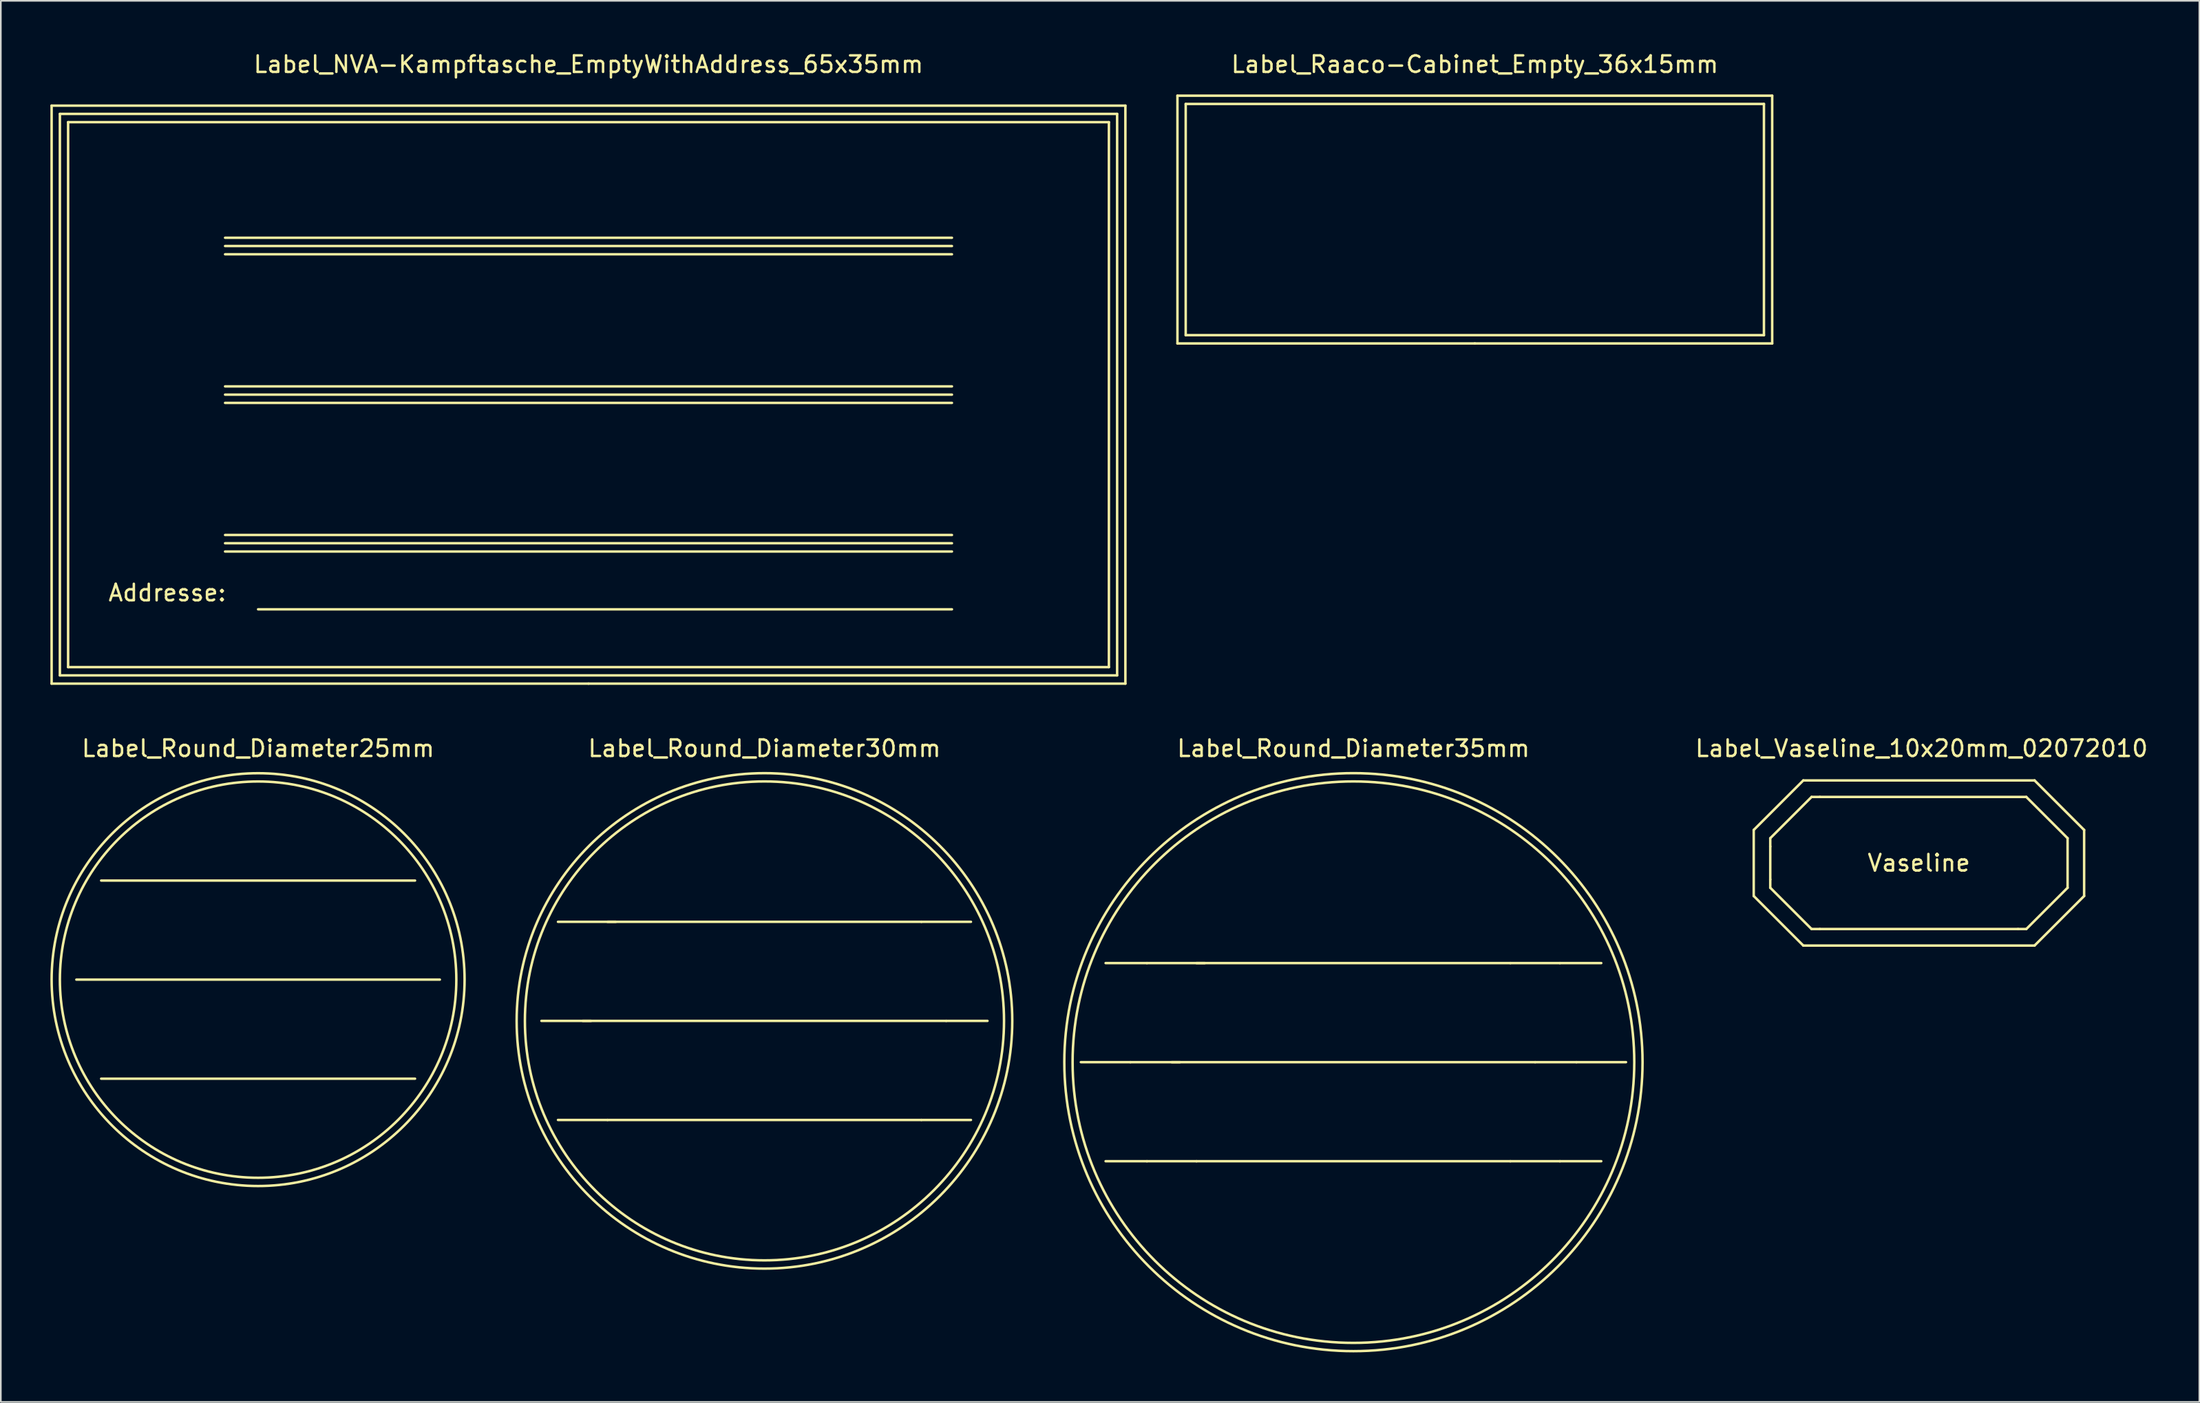
<source format=kicad_pcb>
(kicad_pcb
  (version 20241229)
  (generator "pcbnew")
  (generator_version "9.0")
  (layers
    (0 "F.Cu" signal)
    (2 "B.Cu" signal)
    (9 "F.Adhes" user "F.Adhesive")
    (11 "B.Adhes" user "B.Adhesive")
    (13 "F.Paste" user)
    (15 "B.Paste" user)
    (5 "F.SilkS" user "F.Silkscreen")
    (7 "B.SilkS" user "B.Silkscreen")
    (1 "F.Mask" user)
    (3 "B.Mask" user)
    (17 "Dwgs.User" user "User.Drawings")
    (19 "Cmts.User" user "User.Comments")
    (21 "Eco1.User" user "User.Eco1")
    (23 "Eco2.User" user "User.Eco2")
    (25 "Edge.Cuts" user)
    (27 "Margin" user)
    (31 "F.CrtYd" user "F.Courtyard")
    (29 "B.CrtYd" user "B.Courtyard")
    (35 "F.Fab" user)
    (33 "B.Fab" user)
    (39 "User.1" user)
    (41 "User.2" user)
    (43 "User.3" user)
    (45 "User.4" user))
  (footprint "Label_Round_Diameter25mm"
    (layer "F.Cu")
    (at 12.574 56.273)
    (property "Reference" "Label_Round_Diameter25mm" (at 0 -14 0) (layer "F.SilkS") (effects (font (size 1 1) (thickness 0.15))))
    (attr through_hole)
    (fp_line (start -11.001 0) (end 11.001 0) (stroke (width 0.15) (type solid)) (layer "F.SilkS"))
    (fp_line (start -9.5 5.999) (end 9.5 5.999) (stroke (width 0.15) (type solid)) (layer "F.SilkS"))
    (fp_line (start 9.5 -5.999) (end -9.5 -5.999) (stroke (width 0.15) (type solid)) (layer "F.SilkS"))
    (fp_circle (center 0 0) (end -11.999 0) (stroke (width 0.15) (type solid)) (fill no) (layer "F.SilkS"))
    (fp_circle (center 0 0) (end 12.499 0) (stroke (width 0.15) (type solid)) (fill no) (layer "F.SilkS")))
  (footprint "Label_NVA-Kampftasche_EmptyWithAddress_65x35mm"
    (layer "F.Cu")
    (at 32.574 20.848)
    (property "Reference" "Label_NVA-Kampftasche_EmptyWithAddress_65x35mm" (at 0 -20 0) (layer "F.SilkS") (effects (font (size 1 1) (thickness 0.15))))
    (attr through_hole)
    (fp_line (start -32.499 -17.501) (end -32.499 17.501) (stroke (width 0.15) (type solid)) (layer "F.SilkS"))
    (fp_line (start -32.499 17.501) (end 0 17.501) (stroke (width 0.15) (type solid)) (layer "F.SilkS"))
    (fp_line (start -31.999 -17) (end 31.999 -17) (stroke (width 0.15) (type solid)) (layer "F.SilkS"))
    (fp_line (start -31.999 17) (end -31.999 -17) (stroke (width 0.15) (type solid)) (layer "F.SilkS"))
    (fp_line (start -31.501 -16.5) (end 31.501 -16.5) (stroke (width 0.15) (type solid)) (layer "F.SilkS"))
    (fp_line (start -31.501 16.5) (end -31.501 -16.5) (stroke (width 0.15) (type solid)) (layer "F.SilkS"))
    (fp_line (start -21.999 -8.999) (end 21.999 -8.999) (stroke (width 0.15) (type solid)) (layer "F.SilkS"))
    (fp_line (start -21.999 -8.499) (end 21.999 -8.499) (stroke (width 0.15) (type solid)) (layer "F.SilkS"))
    (fp_line (start -21.999 -0.5) (end 21.999 -0.5) (stroke (width 0.15) (type solid)) (layer "F.SilkS"))
    (fp_line (start -21.999 0) (end 21.999 0) (stroke (width 0.15) (type solid)) (layer "F.SilkS"))
    (fp_line (start -21.999 0.5) (end 21.999 0.5) (stroke (width 0.15) (type solid)) (layer "F.SilkS"))
    (fp_line (start -21.999 8.499) (end 21.999 8.499) (stroke (width 0.15) (type solid)) (layer "F.SilkS"))
    (fp_line (start -20 13) (end 21.999 13) (stroke (width 0.15) (type solid)) (layer "F.SilkS"))
    (fp_line (start 0 17.501) (end 32.499 17.501) (stroke (width 0.15) (type solid)) (layer "F.SilkS"))
    (fp_line (start 21.999 -9.5) (end -21.999 -9.5) (stroke (width 0.15) (type solid)) (layer "F.SilkS"))
    (fp_line (start 21.999 8.999) (end -21.999 8.999) (stroke (width 0.15) (type solid)) (layer "F.SilkS"))
    (fp_line (start 21.999 9.5) (end -21.999 9.5) (stroke (width 0.15) (type solid)) (layer "F.SilkS"))
    (fp_line (start 31.501 -16.5) (end 31.501 16.5) (stroke (width 0.15) (type solid)) (layer "F.SilkS"))
    (fp_line (start 31.501 16.5) (end -31.501 16.5) (stroke (width 0.15) (type solid)) (layer "F.SilkS"))
    (fp_line (start 31.999 -17) (end 31.999 17) (stroke (width 0.15) (type solid)) (layer "F.SilkS"))
    (fp_line (start 31.999 17) (end -31.999 17) (stroke (width 0.15) (type solid)) (layer "F.SilkS"))
    (fp_line (start 32.499 -17.501) (end -32.499 -17.501) (stroke (width 0.15) (type solid)) (layer "F.SilkS"))
    (fp_line (start 32.499 17.501) (end 32.499 -17.501) (stroke (width 0.15) (type solid)) (layer "F.SilkS"))
    (fp_text user "Addresse:" (at -25.499 11.999 0) (layer "F.SilkS") (effects (font (size 1 1) (thickness 0.15)))))
  (footprint "Label_Round_Diameter30mm"
    (layer "F.Cu")
    (at 43.225 58.772)
    (property "Reference" "Label_Round_Diameter30mm" (at 0 -16.5 0) (layer "F.SilkS") (effects (font (size 1 1) (thickness 0.15))))
    (attr through_hole)
    (fp_line (start -11.001 0) (end 11.001 0) (stroke (width 0.15) (type solid)) (layer "F.SilkS"))
    (fp_line (start -10.5 0) (end -13.5 0) (stroke (width 0.15) (type solid)) (layer "F.SilkS"))
    (fp_line (start -9.5 5.999) (end -12.499 5.999) (stroke (width 0.15) (type solid)) (layer "F.SilkS"))
    (fp_line (start -9.5 5.999) (end 9.5 5.999) (stroke (width 0.15) (type solid)) (layer "F.SilkS"))
    (fp_line (start -8.999 -5.999) (end -12.499 -5.999) (stroke (width 0.15) (type solid)) (layer "F.SilkS"))
    (fp_line (start 9.5 -5.999) (end -9.5 -5.999) (stroke (width 0.15) (type solid)) (layer "F.SilkS"))
    (fp_line (start 9.5 -5.999) (end 12.499 -5.999) (stroke (width 0.15) (type solid)) (layer "F.SilkS"))
    (fp_line (start 9.5 5.999) (end 12.499 5.999) (stroke (width 0.15) (type solid)) (layer "F.SilkS"))
    (fp_line (start 11.001 0) (end 13.5 0) (stroke (width 0.15) (type solid)) (layer "F.SilkS"))
    (fp_circle (center 0 0) (end 14.501 0) (stroke (width 0.15) (type solid)) (fill no) (layer "F.SilkS"))
    (fp_circle (center 0 0) (end 15.001 0) (stroke (width 0.15) (type solid)) (fill no) (layer "F.SilkS")))
  (footprint "Label_Vaseline_10x20mm_02072010"
    (layer "F.Cu")
    (at 113.268 49.13)
    (property "Reference" "Label_Vaseline_10x20mm_02072010" (at 0 -6.858 0) (layer "F.SilkS") (effects (font (size 1 1) (thickness 0.15))))
    (attr through_hole)
    (fp_line (start -10.16 -1.92) (end -10.16 2.08) (stroke (width 0.15) (type solid)) (layer "F.SilkS"))
    (fp_line (start -10.16 -1.92) (end -7.16 -4.92) (stroke (width 0.15) (type solid)) (layer "F.SilkS"))
    (fp_line (start -10.16 2.08) (end -7.16 5.08) (stroke (width 0.15) (type solid)) (layer "F.SilkS"))
    (fp_line (start -9.159 -1.42) (end -6.66 -3.919) (stroke (width 0.15) (type solid)) (layer "F.SilkS"))
    (fp_line (start -9.159 -0.919) (end -9.159 -1.42) (stroke (width 0.15) (type solid)) (layer "F.SilkS"))
    (fp_line (start -9.159 -0.919) (end -9.159 1.079) (stroke (width 0.15) (type solid)) (layer "F.SilkS"))
    (fp_line (start -9.159 1.079) (end -9.159 1.58) (stroke (width 0.15) (type solid)) (layer "F.SilkS"))
    (fp_line (start -9.159 1.58) (end -6.66 4.079) (stroke (width 0.15) (type solid)) (layer "F.SilkS"))
    (fp_line (start -7.16 -4.92) (end 6.84 -4.92) (stroke (width 0.15) (type solid)) (layer "F.SilkS"))
    (fp_line (start -6.66 -3.919) (end -6.16 -3.919) (stroke (width 0.15) (type solid)) (layer "F.SilkS"))
    (fp_line (start -6.66 4.079) (end -6.16 4.079) (stroke (width 0.15) (type solid)) (layer "F.SilkS"))
    (fp_line (start -6.16 4.079) (end 5.839 4.079) (stroke (width 0.15) (type solid)) (layer "F.SilkS"))
    (fp_line (start 6.34 -3.919) (end -6.16 -3.919) (stroke (width 0.15) (type solid)) (layer "F.SilkS"))
    (fp_line (start 6.34 4.079) (end 5.839 4.079) (stroke (width 0.15) (type solid)) (layer "F.SilkS"))
    (fp_line (start 6.84 5.08) (end -7.16 5.08) (stroke (width 0.15) (type solid)) (layer "F.SilkS"))
    (fp_line (start 6.84 5.08) (end 9.84 2.08) (stroke (width 0.15) (type solid)) (layer "F.SilkS"))
    (fp_line (start 8.839 -1.42) (end 6.34 -3.919) (stroke (width 0.15) (type solid)) (layer "F.SilkS"))
    (fp_line (start 8.839 -1.42) (end 8.839 1.58) (stroke (width 0.15) (type solid)) (layer "F.SilkS"))
    (fp_line (start 8.839 1.58) (end 6.34 4.079) (stroke (width 0.15) (type solid)) (layer "F.SilkS"))
    (fp_line (start 9.84 -1.92) (end 6.84 -4.92) (stroke (width 0.15) (type solid)) (layer "F.SilkS"))
    (fp_line (start 9.84 -1.92) (end 9.84 2.08) (stroke (width 0.15) (type solid)) (layer "F.SilkS"))
    (fp_text user "Vaseline" (at -0.16 0.079 0) (layer "F.SilkS") (effects (font (size 1 1) (thickness 0.15)))))
  (footprint "Label_Round_Diameter35mm"
    (layer "F.Cu")
    (at 78.877 61.271)
    (property "Reference" "Label_Round_Diameter35mm" (at 0 -18.999 0) (layer "F.SilkS") (effects (font (size 1 1) (thickness 0.15))))
    (attr through_hole)
    (fp_line (start -13.5 0) (end -16.5 0) (stroke (width 0.15) (type solid)) (layer "F.SilkS"))
    (fp_line (start -12.499 -5.999) (end -15.001 -5.999) (stroke (width 0.15) (type solid)) (layer "F.SilkS"))
    (fp_line (start -12.499 5.999) (end -15.001 5.999) (stroke (width 0.15) (type solid)) (layer "F.SilkS"))
    (fp_line (start -11.001 0) (end 11.001 0) (stroke (width 0.15) (type solid)) (layer "F.SilkS"))
    (fp_line (start -10.5 0) (end -13.5 0) (stroke (width 0.15) (type solid)) (layer "F.SilkS"))
    (fp_line (start -9.5 5.999) (end -12.499 5.999) (stroke (width 0.15) (type solid)) (layer "F.SilkS"))
    (fp_line (start -9.5 5.999) (end 9.5 5.999) (stroke (width 0.15) (type solid)) (layer "F.SilkS"))
    (fp_line (start -8.999 -5.999) (end -12.499 -5.999) (stroke (width 0.15) (type solid)) (layer "F.SilkS"))
    (fp_line (start 9.5 -5.999) (end -9.5 -5.999) (stroke (width 0.15) (type solid)) (layer "F.SilkS"))
    (fp_line (start 9.5 -5.999) (end 12.499 -5.999) (stroke (width 0.15) (type solid)) (layer "F.SilkS"))
    (fp_line (start 9.5 5.999) (end 12.499 5.999) (stroke (width 0.15) (type solid)) (layer "F.SilkS"))
    (fp_line (start 11.001 0) (end 13.5 0) (stroke (width 0.15) (type solid)) (layer "F.SilkS"))
    (fp_line (start 12.499 -5.999) (end 15.001 -5.999) (stroke (width 0.15) (type solid)) (layer "F.SilkS"))
    (fp_line (start 12.499 5.999) (end 15.001 5.999) (stroke (width 0.15) (type solid)) (layer "F.SilkS"))
    (fp_line (start 13.5 0) (end 16.5 0) (stroke (width 0.15) (type solid)) (layer "F.SilkS"))
    (fp_circle (center 0 0) (end 17 0) (stroke (width 0.15) (type solid)) (fill no) (layer "F.SilkS"))
    (fp_circle (center 0 0) (end 17.501 0) (stroke (width 0.15) (type solid)) (fill no) (layer "F.SilkS")))
  (footprint "Label_Raaco-Cabinet_Empty_36x15mm"
    (layer "F.Cu")
    (at 86.225 10.246)
    (property "Reference" "Label_Raaco-Cabinet_Empty_36x15mm" (at 0 -9.398 0) (layer "F.SilkS") (effects (font (size 1 1) (thickness 0.15))))
    (attr through_hole)
    (fp_line (start -18.001 -7.501) (end -18.001 7.501) (stroke (width 0.15) (type solid)) (layer "F.SilkS"))
    (fp_line (start -18.001 7.501) (end 0 7.501) (stroke (width 0.15) (type solid)) (layer "F.SilkS"))
    (fp_line (start -17.501 -7) (end 17.501 -7) (stroke (width 0.15) (type solid)) (layer "F.SilkS"))
    (fp_line (start -17.501 7) (end -17.501 -7) (stroke (width 0.15) (type solid)) (layer "F.SilkS"))
    (fp_line (start 0 7.501) (end 18.001 7.501) (stroke (width 0.15) (type solid)) (layer "F.SilkS"))
    (fp_line (start 17.501 -7) (end 17.501 7) (stroke (width 0.15) (type solid)) (layer "F.SilkS"))
    (fp_line (start 17.501 7) (end -17.501 7) (stroke (width 0.15) (type solid)) (layer "F.SilkS"))
    (fp_line (start 18.001 -7.501) (end -18.001 -7.501) (stroke (width 0.15) (type solid)) (layer "F.SilkS"))
    (fp_line (start 18.001 7.501) (end 18.001 -7.501) (stroke (width 0.15) (type solid)) (layer "F.SilkS")))
  (gr_rect
    (start -3 -3)
    (end 130.083 81.847)
    (stroke (width 0.1) (type default))
    (fill no)
    (layer "Edge.Cuts")))
</source>
